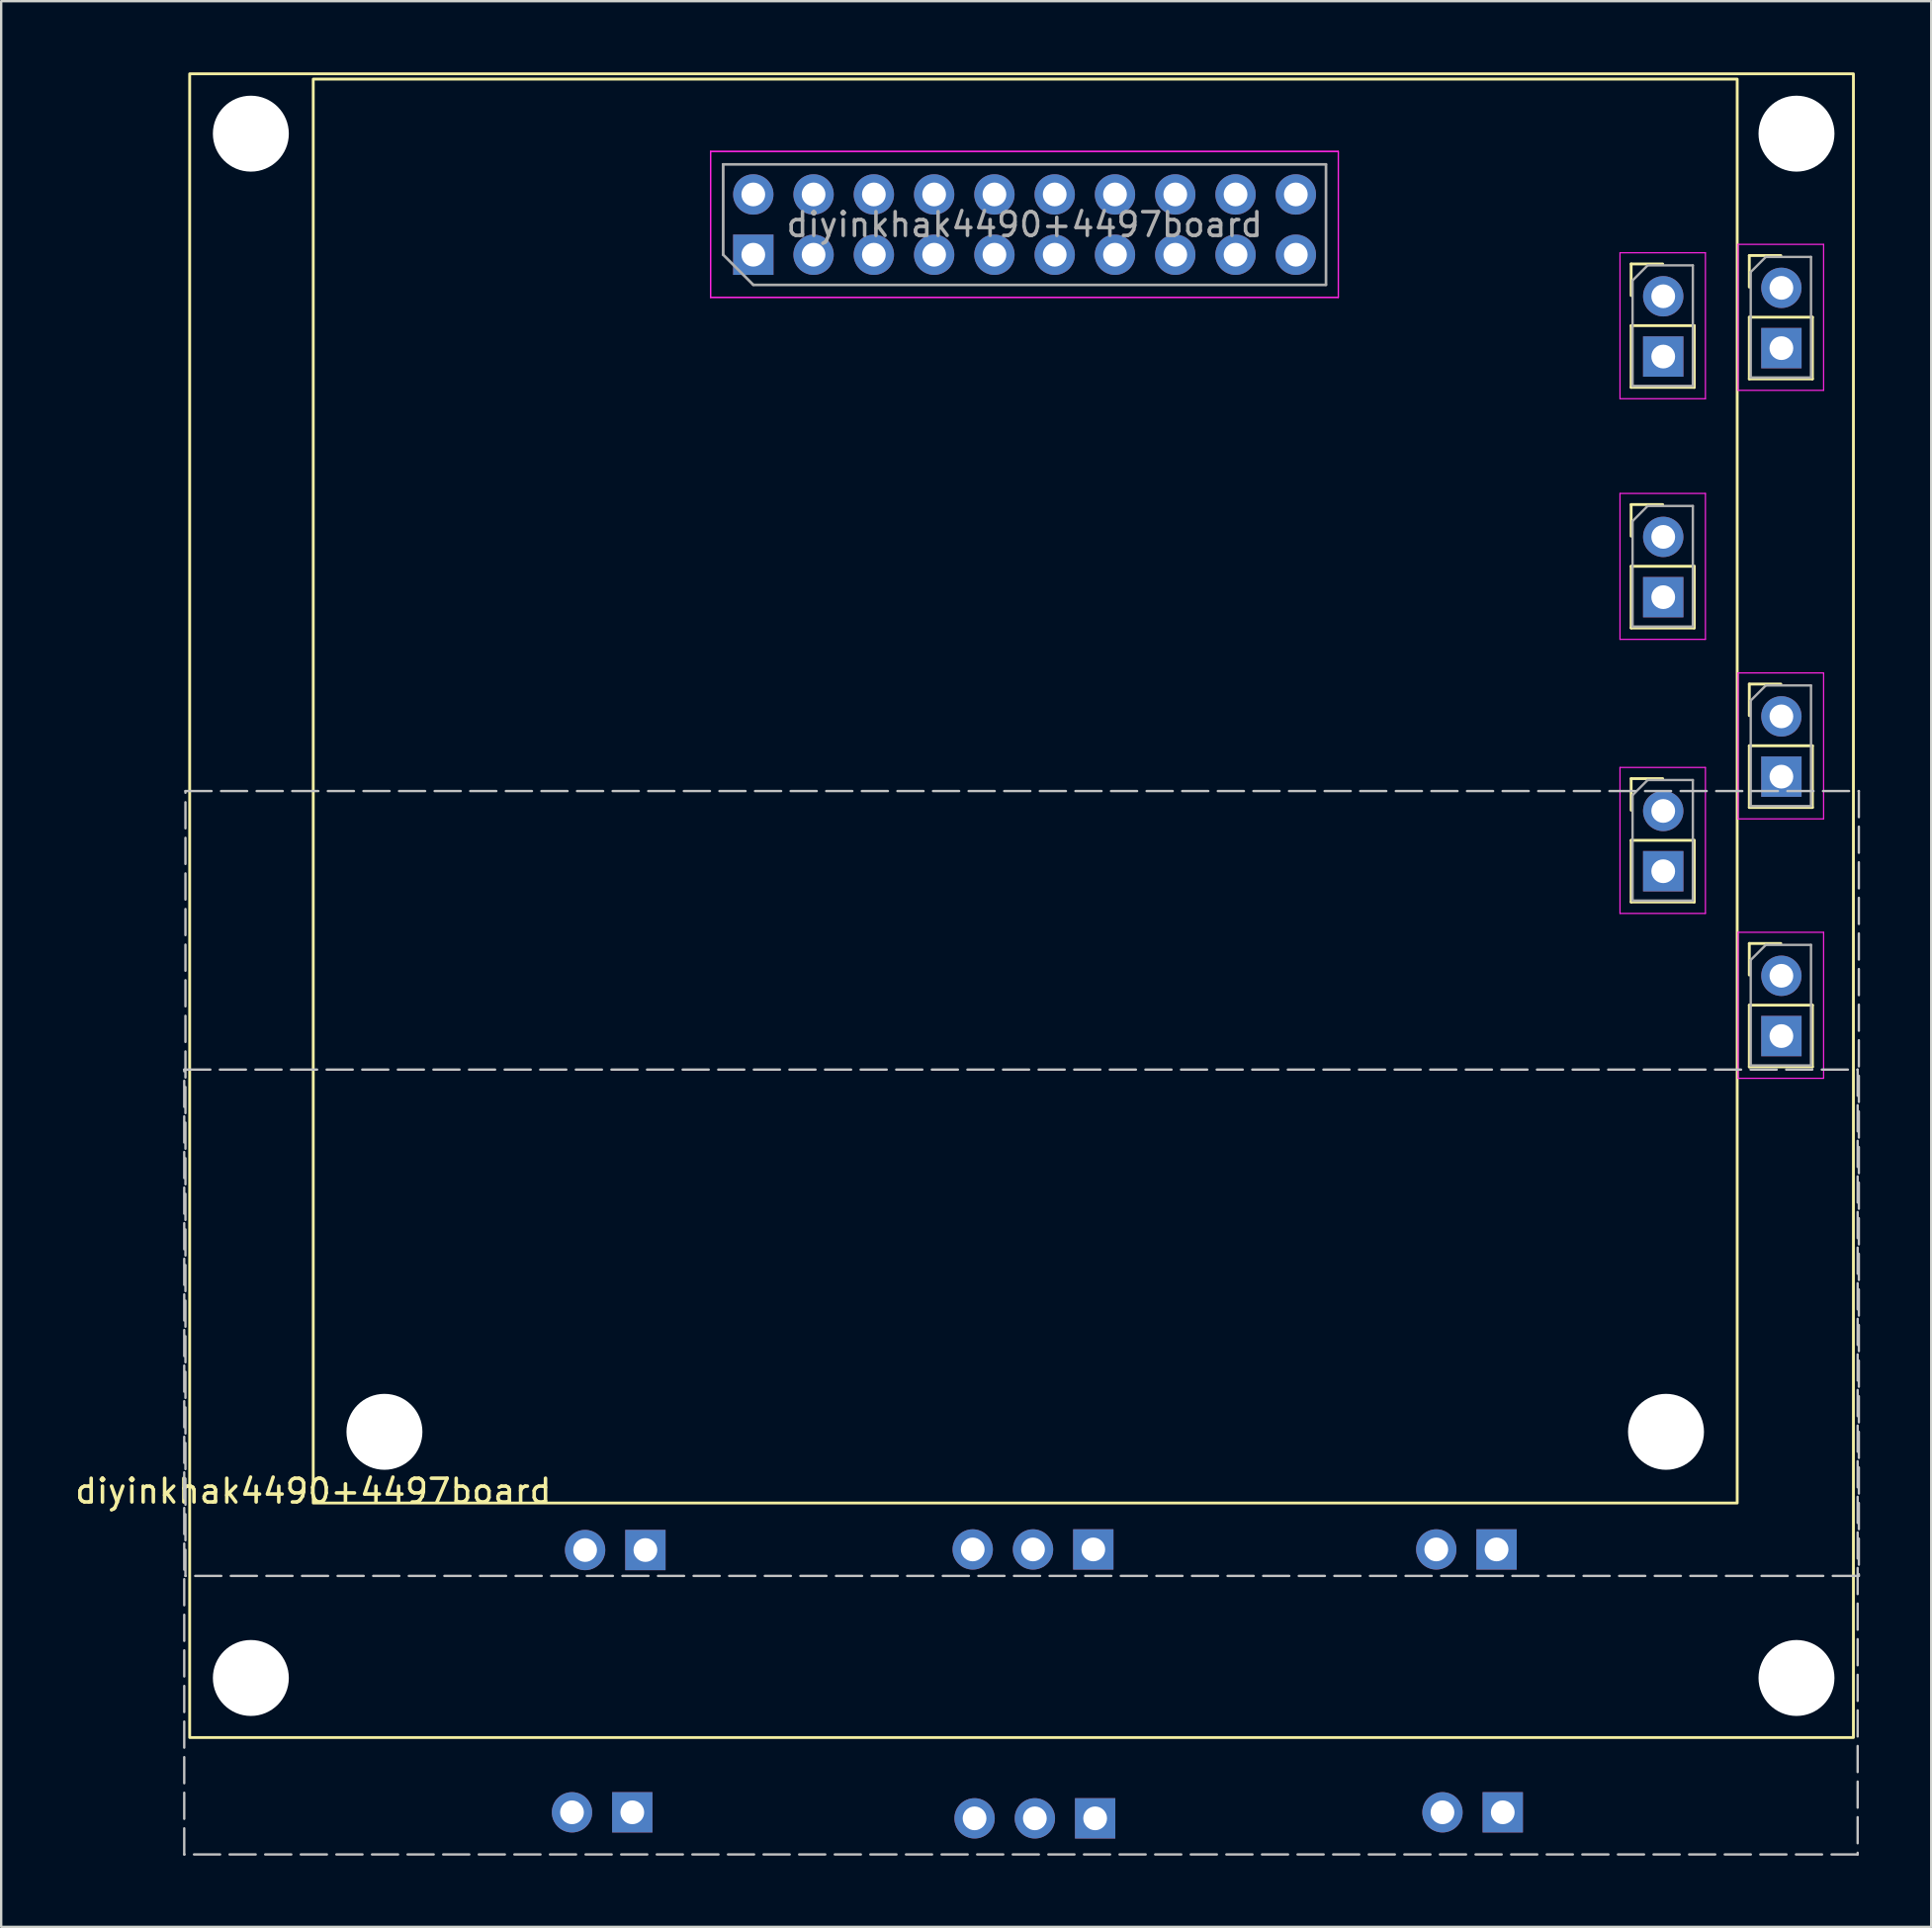
<source format=kicad_pcb>
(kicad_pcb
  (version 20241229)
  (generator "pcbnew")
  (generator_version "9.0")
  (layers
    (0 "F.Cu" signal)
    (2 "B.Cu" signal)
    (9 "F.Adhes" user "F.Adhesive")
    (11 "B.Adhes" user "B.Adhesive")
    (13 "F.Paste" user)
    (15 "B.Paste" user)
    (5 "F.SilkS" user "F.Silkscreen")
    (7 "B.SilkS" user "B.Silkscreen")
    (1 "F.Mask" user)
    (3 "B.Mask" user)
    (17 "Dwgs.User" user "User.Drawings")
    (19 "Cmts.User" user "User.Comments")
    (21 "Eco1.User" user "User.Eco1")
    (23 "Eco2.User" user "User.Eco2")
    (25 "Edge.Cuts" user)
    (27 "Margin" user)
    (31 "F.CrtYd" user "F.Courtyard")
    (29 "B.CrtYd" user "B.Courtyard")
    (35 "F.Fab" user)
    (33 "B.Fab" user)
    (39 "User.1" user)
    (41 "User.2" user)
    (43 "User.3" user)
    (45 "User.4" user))
  (footprint "diyinkhak4490+4497board"
    (layer "F.Cu")
    (at 10.149 60.283)
    (property "Reference" "diyinkhak4490+4497board" (at 0 -0.5 0) (unlocked yes) (layer "F.SilkS") (effects (font (size 1 1) (thickness 0.15))))
    (attr through_hole)
    (fp_line (start 55.531 -52.211) (end 56.861 -52.211) (stroke (width 0.12) (type solid)) (layer "F.SilkS"))
    (fp_line (start 55.531 -50.881) (end 55.531 -52.211) (stroke (width 0.12) (type solid)) (layer "F.SilkS"))
    (fp_line (start 55.531 -49.611) (end 55.531 -47.011) (stroke (width 0.12) (type solid)) (layer "F.SilkS"))
    (fp_line (start 55.531 -49.611) (end 58.191 -49.611) (stroke (width 0.12) (type solid)) (layer "F.SilkS"))
    (fp_line (start 55.531 -47.011) (end 58.191 -47.011) (stroke (width 0.12) (type solid)) (layer "F.SilkS"))
    (fp_line (start 55.531 -42.072) (end 56.861 -42.072) (stroke (width 0.12) (type solid)) (layer "F.SilkS"))
    (fp_line (start 55.531 -40.742) (end 55.531 -42.072) (stroke (width 0.12) (type solid)) (layer "F.SilkS"))
    (fp_line (start 55.531 -39.472) (end 55.531 -36.872) (stroke (width 0.12) (type solid)) (layer "F.SilkS"))
    (fp_line (start 55.531 -39.472) (end 58.191 -39.472) (stroke (width 0.12) (type solid)) (layer "F.SilkS"))
    (fp_line (start 55.531 -36.872) (end 58.191 -36.872) (stroke (width 0.12) (type solid)) (layer "F.SilkS"))
    (fp_line (start 55.531 -30.524) (end 56.861 -30.524) (stroke (width 0.12) (type solid)) (layer "F.SilkS"))
    (fp_line (start 55.531 -29.194) (end 55.531 -30.524) (stroke (width 0.12) (type solid)) (layer "F.SilkS"))
    (fp_line (start 55.531 -27.924) (end 55.531 -25.324) (stroke (width 0.12) (type solid)) (layer "F.SilkS"))
    (fp_line (start 55.531 -27.924) (end 58.191 -27.924) (stroke (width 0.12) (type solid)) (layer "F.SilkS"))
    (fp_line (start 55.531 -25.324) (end 58.191 -25.324) (stroke (width 0.12) (type solid)) (layer "F.SilkS"))
    (fp_line (start 58.191 -49.611) (end 58.191 -47.011) (stroke (width 0.12) (type solid)) (layer "F.SilkS"))
    (fp_line (start 58.191 -39.472) (end 58.191 -36.872) (stroke (width 0.12) (type solid)) (layer "F.SilkS"))
    (fp_line (start 58.191 -27.924) (end 58.191 -25.324) (stroke (width 0.12) (type solid)) (layer "F.SilkS"))
    (fp_line (start 60.51 -52.566) (end 61.84 -52.566) (stroke (width 0.12) (type solid)) (layer "F.SilkS"))
    (fp_line (start 60.51 -51.236) (end 60.51 -52.566) (stroke (width 0.12) (type solid)) (layer "F.SilkS"))
    (fp_line (start 60.51 -49.966) (end 60.51 -47.366) (stroke (width 0.12) (type solid)) (layer "F.SilkS"))
    (fp_line (start 60.51 -49.966) (end 63.17 -49.966) (stroke (width 0.12) (type solid)) (layer "F.SilkS"))
    (fp_line (start 60.51 -47.366) (end 63.17 -47.366) (stroke (width 0.12) (type solid)) (layer "F.SilkS"))
    (fp_line (start 60.51 -34.509) (end 61.84 -34.509) (stroke (width 0.12) (type solid)) (layer "F.SilkS"))
    (fp_line (start 60.51 -33.179) (end 60.51 -34.509) (stroke (width 0.12) (type solid)) (layer "F.SilkS"))
    (fp_line (start 60.51 -31.909) (end 60.51 -29.309) (stroke (width 0.12) (type solid)) (layer "F.SilkS"))
    (fp_line (start 60.51 -31.909) (end 63.17 -31.909) (stroke (width 0.12) (type solid)) (layer "F.SilkS"))
    (fp_line (start 60.51 -29.309) (end 63.17 -29.309) (stroke (width 0.12) (type solid)) (layer "F.SilkS"))
    (fp_line (start 60.51 -23.578) (end 61.84 -23.578) (stroke (width 0.12) (type solid)) (layer "F.SilkS"))
    (fp_line (start 60.51 -22.248) (end 60.51 -23.578) (stroke (width 0.12) (type solid)) (layer "F.SilkS"))
    (fp_line (start 60.51 -20.978) (end 60.51 -18.378) (stroke (width 0.12) (type solid)) (layer "F.SilkS"))
    (fp_line (start 60.51 -20.978) (end 63.17 -20.978) (stroke (width 0.12) (type solid)) (layer "F.SilkS"))
    (fp_line (start 60.51 -18.378) (end 63.17 -18.378) (stroke (width 0.12) (type solid)) (layer "F.SilkS"))
    (fp_line (start 63.17 -49.966) (end 63.17 -47.366) (stroke (width 0.12) (type solid)) (layer "F.SilkS"))
    (fp_line (start 63.17 -31.909) (end 63.17 -29.309) (stroke (width 0.12) (type solid)) (layer "F.SilkS"))
    (fp_line (start 63.17 -20.978) (end 63.17 -18.378) (stroke (width 0.12) (type solid)) (layer "F.SilkS"))
    (fp_rect (start -5.207 -60.223) (end 64.897 9.881) (stroke (width 0.12) (type default)) (fill no) (layer "F.SilkS"))
    (fp_rect (start 0 -60) (end 60 0) (stroke (width 0.12) (type solid)) (fill no) (layer "F.SilkS"))
    (fp_rect (start -5.436 -18.263) (end 65.075 14.808) (stroke (width 0.1) (type dash)) (fill no) (layer "Dwgs.User"))
    (fp_rect (start -5.385 -30) (end 65.126 3.071) (stroke (width 0.1) (type dash)) (fill no) (layer "Dwgs.User"))
    (fp_line (start 16.742 -56.953) (end 16.742 -50.803) (stroke (width 0.05) (type solid)) (layer "F.CrtYd"))
    (fp_line (start 16.742 -56.95) (end 16.742 -50.8) (stroke (width 0.05) (type solid)) (layer "F.CrtYd"))
    (fp_line (start 16.742 -50.803) (end 43.192 -50.803) (stroke (width 0.05) (type solid)) (layer "F.CrtYd"))
    (fp_line (start 16.742 -50.8) (end 43.192 -50.8) (stroke (width 0.05) (type solid)) (layer "F.CrtYd"))
    (fp_line (start 43.192 -56.953) (end 16.742 -56.953) (stroke (width 0.05) (type solid)) (layer "F.CrtYd"))
    (fp_line (start 43.192 -56.95) (end 16.742 -56.95) (stroke (width 0.05) (type solid)) (layer "F.CrtYd"))
    (fp_line (start 43.192 -50.803) (end 43.192 -56.953) (stroke (width 0.05) (type solid)) (layer "F.CrtYd"))
    (fp_line (start 43.192 -50.8) (end 43.192 -56.95) (stroke (width 0.05) (type solid)) (layer "F.CrtYd"))
    (fp_line (start 55.061 -52.681) (end 55.061 -46.531) (stroke (width 0.05) (type solid)) (layer "F.CrtYd"))
    (fp_line (start 55.061 -46.531) (end 58.661 -46.531) (stroke (width 0.05) (type solid)) (layer "F.CrtYd"))
    (fp_line (start 55.061 -42.542) (end 55.061 -36.392) (stroke (width 0.05) (type solid)) (layer "F.CrtYd"))
    (fp_line (start 55.061 -36.392) (end 58.661 -36.392) (stroke (width 0.05) (type solid)) (layer "F.CrtYd"))
    (fp_line (start 55.061 -30.994) (end 55.061 -24.844) (stroke (width 0.05) (type solid)) (layer "F.CrtYd"))
    (fp_line (start 55.061 -24.844) (end 58.661 -24.844) (stroke (width 0.05) (type solid)) (layer "F.CrtYd"))
    (fp_line (start 58.661 -52.681) (end 55.061 -52.681) (stroke (width 0.05) (type solid)) (layer "F.CrtYd"))
    (fp_line (start 58.661 -46.531) (end 58.661 -52.681) (stroke (width 0.05) (type solid)) (layer "F.CrtYd"))
    (fp_line (start 58.661 -42.542) (end 55.061 -42.542) (stroke (width 0.05) (type solid)) (layer "F.CrtYd"))
    (fp_line (start 58.661 -36.392) (end 58.661 -42.542) (stroke (width 0.05) (type solid)) (layer "F.CrtYd"))
    (fp_line (start 58.661 -30.994) (end 55.061 -30.994) (stroke (width 0.05) (type solid)) (layer "F.CrtYd"))
    (fp_line (start 58.661 -24.844) (end 58.661 -30.994) (stroke (width 0.05) (type solid)) (layer "F.CrtYd"))
    (fp_line (start 60.04 -53.036) (end 60.04 -46.886) (stroke (width 0.05) (type solid)) (layer "F.CrtYd"))
    (fp_line (start 60.04 -46.886) (end 63.64 -46.886) (stroke (width 0.05) (type solid)) (layer "F.CrtYd"))
    (fp_line (start 60.04 -34.979) (end 60.04 -28.829) (stroke (width 0.05) (type solid)) (layer "F.CrtYd"))
    (fp_line (start 60.04 -28.829) (end 63.64 -28.829) (stroke (width 0.05) (type solid)) (layer "F.CrtYd"))
    (fp_line (start 60.04 -24.048) (end 60.04 -17.898) (stroke (width 0.05) (type solid)) (layer "F.CrtYd"))
    (fp_line (start 60.04 -17.898) (end 63.64 -17.898) (stroke (width 0.05) (type solid)) (layer "F.CrtYd"))
    (fp_line (start 63.64 -53.036) (end 60.04 -53.036) (stroke (width 0.05) (type solid)) (layer "F.CrtYd"))
    (fp_line (start 63.64 -46.886) (end 63.64 -53.036) (stroke (width 0.05) (type solid)) (layer "F.CrtYd"))
    (fp_line (start 63.64 -34.979) (end 60.04 -34.979) (stroke (width 0.05) (type solid)) (layer "F.CrtYd"))
    (fp_line (start 63.64 -28.829) (end 63.64 -34.979) (stroke (width 0.05) (type solid)) (layer "F.CrtYd"))
    (fp_line (start 63.64 -24.048) (end 60.04 -24.048) (stroke (width 0.05) (type solid)) (layer "F.CrtYd"))
    (fp_line (start 63.64 -17.898) (end 63.64 -24.048) (stroke (width 0.05) (type solid)) (layer "F.CrtYd"))
    (fp_line (start 17.272 -56.413) (end 42.672 -56.413) (stroke (width 0.1) (type solid)) (layer "F.Fab"))
    (fp_line (start 17.272 -56.41) (end 42.672 -56.41) (stroke (width 0.1) (type solid)) (layer "F.Fab"))
    (fp_line (start 17.272 -52.603) (end 17.272 -56.413) (stroke (width 0.1) (type solid)) (layer "F.Fab"))
    (fp_line (start 17.272 -52.6) (end 17.272 -56.41) (stroke (width 0.1) (type solid)) (layer "F.Fab"))
    (fp_line (start 18.542 -51.333) (end 17.272 -52.603) (stroke (width 0.1) (type solid)) (layer "F.Fab"))
    (fp_line (start 18.542 -51.33) (end 17.272 -52.6) (stroke (width 0.1) (type solid)) (layer "F.Fab"))
    (fp_line (start 42.672 -56.413) (end 42.672 -51.333) (stroke (width 0.1) (type solid)) (layer "F.Fab"))
    (fp_line (start 42.672 -56.41) (end 42.672 -51.33) (stroke (width 0.1) (type solid)) (layer "F.Fab"))
    (fp_line (start 42.672 -51.333) (end 18.542 -51.333) (stroke (width 0.1) (type solid)) (layer "F.Fab"))
    (fp_line (start 42.672 -51.33) (end 18.542 -51.33) (stroke (width 0.1) (type solid)) (layer "F.Fab"))
    (fp_line (start 55.591 -51.516) (end 56.226 -52.151) (stroke (width 0.1) (type solid)) (layer "F.Fab"))
    (fp_line (start 55.591 -47.071) (end 55.591 -51.516) (stroke (width 0.1) (type solid)) (layer "F.Fab"))
    (fp_line (start 55.591 -41.377) (end 56.226 -42.012) (stroke (width 0.1) (type solid)) (layer "F.Fab"))
    (fp_line (start 55.591 -36.932) (end 55.591 -41.377) (stroke (width 0.1) (type solid)) (layer "F.Fab"))
    (fp_line (start 55.591 -29.829) (end 56.226 -30.464) (stroke (width 0.1) (type solid)) (layer "F.Fab"))
    (fp_line (start 55.591 -25.384) (end 55.591 -29.829) (stroke (width 0.1) (type solid)) (layer "F.Fab"))
    (fp_line (start 56.226 -52.151) (end 58.131 -52.151) (stroke (width 0.1) (type solid)) (layer "F.Fab"))
    (fp_line (start 56.226 -42.012) (end 58.131 -42.012) (stroke (width 0.1) (type solid)) (layer "F.Fab"))
    (fp_line (start 56.226 -30.464) (end 58.131 -30.464) (stroke (width 0.1) (type solid)) (layer "F.Fab"))
    (fp_line (start 58.131 -52.151) (end 58.131 -47.071) (stroke (width 0.1) (type solid)) (layer "F.Fab"))
    (fp_line (start 58.131 -47.071) (end 55.591 -47.071) (stroke (width 0.1) (type solid)) (layer "F.Fab"))
    (fp_line (start 58.131 -42.012) (end 58.131 -36.932) (stroke (width 0.1) (type solid)) (layer "F.Fab"))
    (fp_line (start 58.131 -36.932) (end 55.591 -36.932) (stroke (width 0.1) (type solid)) (layer "F.Fab"))
    (fp_line (start 58.131 -30.464) (end 58.131 -25.384) (stroke (width 0.1) (type solid)) (layer "F.Fab"))
    (fp_line (start 58.131 -25.384) (end 55.591 -25.384) (stroke (width 0.1) (type solid)) (layer "F.Fab"))
    (fp_line (start 60.57 -51.871) (end 61.205 -52.506) (stroke (width 0.1) (type solid)) (layer "F.Fab"))
    (fp_line (start 60.57 -47.426) (end 60.57 -51.871) (stroke (width 0.1) (type solid)) (layer "F.Fab"))
    (fp_line (start 60.57 -33.814) (end 61.205 -34.449) (stroke (width 0.1) (type solid)) (layer "F.Fab"))
    (fp_line (start 60.57 -29.369) (end 60.57 -33.814) (stroke (width 0.1) (type solid)) (layer "F.Fab"))
    (fp_line (start 60.57 -22.883) (end 61.205 -23.518) (stroke (width 0.1) (type solid)) (layer "F.Fab"))
    (fp_line (start 60.57 -18.438) (end 60.57 -22.883) (stroke (width 0.1) (type solid)) (layer "F.Fab"))
    (fp_line (start 61.205 -52.506) (end 63.11 -52.506) (stroke (width 0.1) (type solid)) (layer "F.Fab"))
    (fp_line (start 61.205 -34.449) (end 63.11 -34.449) (stroke (width 0.1) (type solid)) (layer "F.Fab"))
    (fp_line (start 61.205 -23.518) (end 63.11 -23.518) (stroke (width 0.1) (type solid)) (layer "F.Fab"))
    (fp_line (start 63.11 -52.506) (end 63.11 -47.426) (stroke (width 0.1) (type solid)) (layer "F.Fab"))
    (fp_line (start 63.11 -47.426) (end 60.57 -47.426) (stroke (width 0.1) (type solid)) (layer "F.Fab"))
    (fp_line (start 63.11 -34.449) (end 63.11 -29.369) (stroke (width 0.1) (type solid)) (layer "F.Fab"))
    (fp_line (start 63.11 -29.369) (end 60.57 -29.369) (stroke (width 0.1) (type solid)) (layer "F.Fab"))
    (fp_line (start 63.11 -23.518) (end 63.11 -18.438) (stroke (width 0.1) (type solid)) (layer "F.Fab"))
    (fp_line (start 63.11 -18.438) (end 60.57 -18.438) (stroke (width 0.1) (type solid)) (layer "F.Fab"))
    (fp_text user "${REFERENCE}" (at 29.972 -53.87 180) (layer "F.Fab") (effects (font (size 1 1) (thickness 0.15))))
    (pad "" np_thru_hole circle (at -2.629 -57.701) (size 3.2 3.2) (drill 3.2) (layers "*.Cu" "*.Mask"))
    (pad "" np_thru_hole circle (at -2.629 7.372) (size 3.2 3.2) (drill 3.2) (layers "*.Cu" "*.Mask"))
    (pad "" np_thru_hole circle (at 3 -3) (size 3.2 3.2) (drill 3.2) (layers "*.Cu" "*.Mask"))
    (pad "" np_thru_hole circle (at 57 -3) (size 3.2 3.2) (drill 3.2) (layers "*.Cu" "*.Mask"))
    (pad "" np_thru_hole circle (at 62.498 -57.701) (size 3.2 3.2) (drill 3.2) (layers "*.Cu" "*.Mask"))
    (pad "" np_thru_hole circle (at 62.498 7.372) (size 3.2 3.2) (drill 3.2) (layers "*.Cu" "*.Mask"))
    (pad "1" thru_hole rect (at 18.542 -52.6 90) (size 1.7 1.7) (drill 1) (layers "*.Cu" "*.Mask"))
    (pad "2" thru_hole oval (at 18.542 -55.14 90) (size 1.7 1.7) (drill 1) (layers "*.Cu" "*.Mask"))
    (pad "3" thru_hole oval (at 21.082 -52.6 90) (size 1.7 1.7) (drill 1) (layers "*.Cu" "*.Mask"))
    (pad "4" thru_hole oval (at 21.082 -55.14 90) (size 1.7 1.7) (drill 1) (layers "*.Cu" "*.Mask"))
    (pad "5" thru_hole oval (at 23.622 -52.6 90) (size 1.7 1.7) (drill 1) (layers "*.Cu" "*.Mask"))
    (pad "6" thru_hole oval (at 23.622 -55.14 90) (size 1.7 1.7) (drill 1) (layers "*.Cu" "*.Mask"))
    (pad "7" thru_hole oval (at 26.162 -52.6 90) (size 1.7 1.7) (drill 1) (layers "*.Cu" "*.Mask"))
    (pad "8" thru_hole oval (at 26.162 -55.14 90) (size 1.7 1.7) (drill 1) (layers "*.Cu" "*.Mask"))
    (pad "9" thru_hole oval (at 28.702 -52.6 90) (size 1.7 1.7) (drill 1) (layers "*.Cu" "*.Mask"))
    (pad "10" thru_hole oval (at 28.702 -55.14 90) (size 1.7 1.7) (drill 1) (layers "*.Cu" "*.Mask"))
    (pad "11" thru_hole oval (at 31.242 -52.6 90) (size 1.7 1.7) (drill 1) (layers "*.Cu" "*.Mask"))
    (pad "12" thru_hole oval (at 31.242 -55.14 90) (size 1.7 1.7) (drill 1) (layers "*.Cu" "*.Mask"))
    (pad "13" thru_hole oval (at 33.782 -52.6 90) (size 1.7 1.7) (drill 1) (layers "*.Cu" "*.Mask"))
    (pad "14" thru_hole oval (at 33.782 -55.14 90) (size 1.7 1.7) (drill 1) (layers "*.Cu" "*.Mask"))
    (pad "15" thru_hole oval (at 36.322 -52.6 90) (size 1.7 1.7) (drill 1) (layers "*.Cu" "*.Mask"))
    (pad "16" thru_hole oval (at 36.322 -55.14 90) (size 1.7 1.7) (drill 1) (layers "*.Cu" "*.Mask"))
    (pad "17" thru_hole oval (at 38.862 -52.6 90) (size 1.7 1.7) (drill 1) (layers "*.Cu" "*.Mask"))
    (pad "18" thru_hole oval (at 38.862 -55.14 90) (size 1.7 1.7) (drill 1) (layers "*.Cu" "*.Mask"))
    (pad "19" thru_hole oval (at 41.402 -52.6 90) (size 1.7 1.7) (drill 1) (layers "*.Cu" "*.Mask"))
    (pad "20" thru_hole oval (at 41.402 -55.14 90) (size 1.7 1.7) (drill 1) (layers "*.Cu" "*.Mask"))
    (pad "21" thru_hole oval (at 56.883 -50.849 180) (size 1.7 1.7) (drill 1) (layers "*.Cu" "*.Mask"))
    (pad "21" thru_hole oval (at 61.862 -51.204 180) (size 1.7 1.7) (drill 1) (layers "*.Cu" "*.Mask"))
    (pad "22" thru_hole rect (at 56.883 -48.309 180) (size 1.7 1.7) (drill 1) (layers "*.Cu" "*.Mask"))
    (pad "22" thru_hole rect (at 61.862 -48.664 180) (size 1.7 1.7) (drill 1) (layers "*.Cu" "*.Mask"))
    (pad "23" thru_hole oval (at 56.883 -40.71 180) (size 1.7 1.7) (drill 1) (layers "*.Cu" "*.Mask"))
    (pad "23" thru_hole oval (at 61.862 -33.147 180) (size 1.7 1.7) (drill 1) (layers "*.Cu" "*.Mask"))
    (pad "24" thru_hole rect (at 56.883 -38.17 180) (size 1.7 1.7) (drill 1) (layers "*.Cu" "*.Mask"))
    (pad "24" thru_hole rect (at 61.862 -30.607 180) (size 1.7 1.7) (drill 1) (layers "*.Cu" "*.Mask"))
    (pad "25" thru_hole oval (at 56.883 -29.162 180) (size 1.7 1.7) (drill 1) (layers "*.Cu" "*.Mask"))
    (pad "25" thru_hole oval (at 61.862 -22.216 180) (size 1.7 1.7) (drill 1) (layers "*.Cu" "*.Mask"))
    (pad "26" thru_hole rect (at 56.883 -26.622 180) (size 1.7 1.7) (drill 1) (layers "*.Cu" "*.Mask"))
    (pad "26" thru_hole rect (at 61.862 -19.676 180) (size 1.7 1.7) (drill 1) (layers "*.Cu" "*.Mask"))
    (pad "27" thru_hole rect (at 49.86 1.956 270) (size 1.7 1.7) (drill 1) (layers "*.Cu" "*.Mask"))
    (pad "27" thru_hole rect (at 50.121 13.033 270) (size 1.7 1.7) (drill 1) (layers "*.Cu" "*.Mask"))
    (pad "28" thru_hole oval (at 47.32 1.956 270) (size 1.7 1.7) (drill 1) (layers "*.Cu" "*.Mask"))
    (pad "28" thru_hole oval (at 47.581 13.033 270) (size 1.7 1.7) (drill 1) (layers "*.Cu" "*.Mask"))
    (pad "29" thru_hole rect (at 32.868 1.956 270) (size 1.7 1.7) (drill 1) (layers "*.Cu" "*.Mask"))
    (pad "29" thru_hole rect (at 32.946 13.287 270) (size 1.7 1.7) (drill 1) (layers "*.Cu" "*.Mask"))
    (pad "30" thru_hole oval (at 30.328 1.956 270) (size 1.7 1.7) (drill 1) (layers "*.Cu" "*.Mask"))
    (pad "30" thru_hole oval (at 30.406 13.287 270) (size 1.7 1.7) (drill 1) (layers "*.Cu" "*.Mask"))
    (pad "31" thru_hole oval (at 27.788 1.956 270) (size 1.7 1.7) (drill 1) (layers "*.Cu" "*.Mask"))
    (pad "31" thru_hole oval (at 27.866 13.287 270) (size 1.7 1.7) (drill 1) (layers "*.Cu" "*.Mask"))
    (pad "32" thru_hole rect (at 13.443 13.033 270) (size 1.7 1.7) (drill 1) (layers "*.Cu" "*.Mask"))
    (pad "32" thru_hole rect (at 13.995 1.981 270) (size 1.7 1.7) (drill 1) (layers "*.Cu" "*.Mask"))
    (pad "33" thru_hole oval (at 10.903 13.033 270) (size 1.7 1.7) (drill 1) (layers "*.Cu" "*.Mask"))
    (pad "33" thru_hole oval (at 11.455 1.981 270) (size 1.7 1.7) (drill 1) (layers "*.Cu" "*.Mask")))
  (gr_rect
    (start -3 -3)
    (end 78.324 78.142)
    (stroke (width 0.1) (type default))
    (fill no)
    (layer "Edge.Cuts")))
</source>
